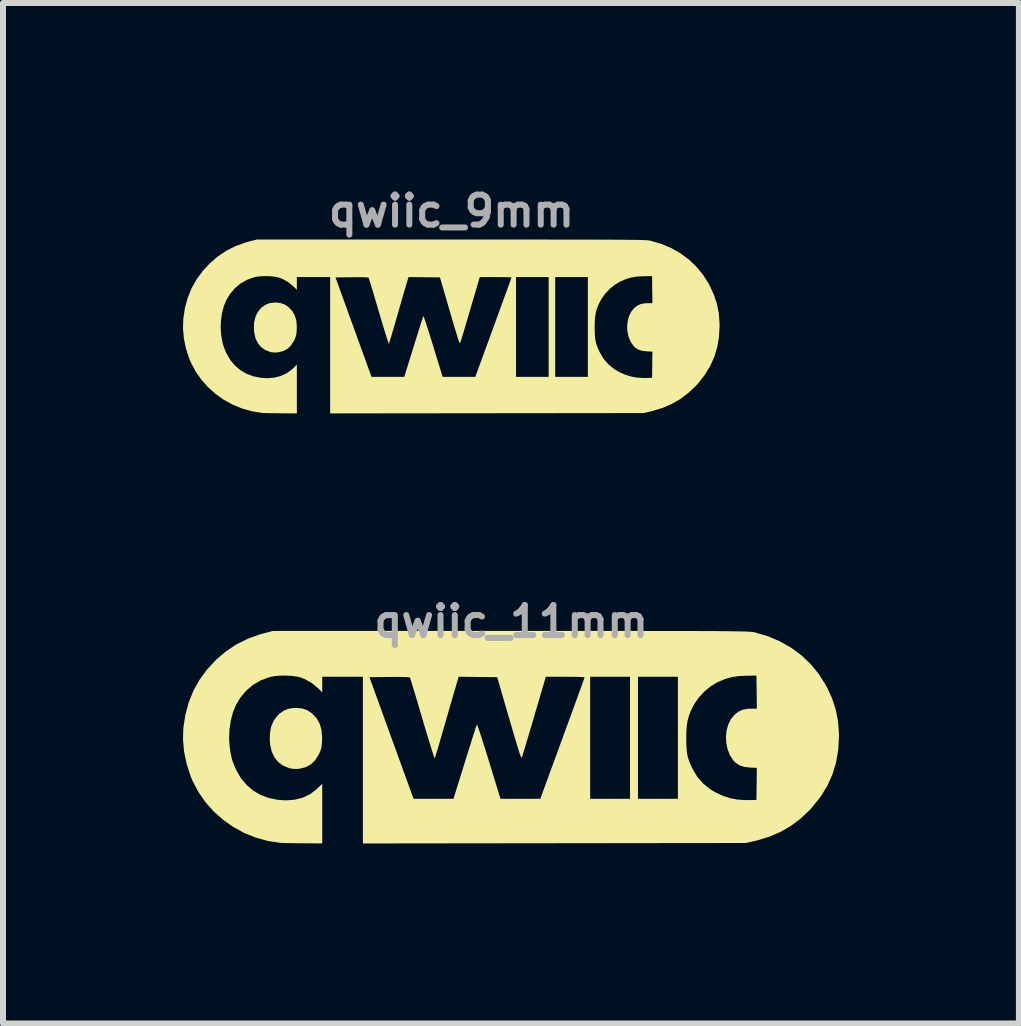
<source format=kicad_pcb>
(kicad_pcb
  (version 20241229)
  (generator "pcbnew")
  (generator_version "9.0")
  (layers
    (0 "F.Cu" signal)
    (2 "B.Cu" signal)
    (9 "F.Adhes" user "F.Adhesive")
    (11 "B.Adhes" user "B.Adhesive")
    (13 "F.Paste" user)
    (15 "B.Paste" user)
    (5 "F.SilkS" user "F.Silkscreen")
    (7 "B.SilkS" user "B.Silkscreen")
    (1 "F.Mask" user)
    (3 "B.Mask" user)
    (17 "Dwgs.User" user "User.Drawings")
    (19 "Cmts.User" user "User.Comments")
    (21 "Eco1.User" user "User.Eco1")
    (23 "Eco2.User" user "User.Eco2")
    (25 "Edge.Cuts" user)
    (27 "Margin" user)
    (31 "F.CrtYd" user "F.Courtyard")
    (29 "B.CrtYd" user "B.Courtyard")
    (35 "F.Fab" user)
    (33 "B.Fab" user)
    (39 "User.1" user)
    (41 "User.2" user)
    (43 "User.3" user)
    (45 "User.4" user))
  (footprint "qwiic_9mm"
    (layer "F.Cu")
    (at 4.475 2.373)
    (property "Reference" "qwiic_9mm" (at 0 -1.905 0) (layer "F.Fab") (effects (font (size 0.5 0.5) (thickness 0.1))))
    (attr board_only exclude_from_pos_files exclude_from_bom)
    (fp_poly (pts (xy -2.855 -0.373) (xy -2.786 -0.351) (xy -2.723 -0.31) (xy -2.707 -0.296) (xy -2.651 -0.235) (xy -2.611 -0.164) (xy -2.587 -0.082) (xy -2.578 0.014) (xy -2.58 0.073) (xy -2.583 0.125) (xy -2.589 0.164) (xy -2.599 0.198) (xy -2.615 0.235) (xy -2.627 0.259) (xy -2.674 0.333) (xy -2.729 0.388) (xy -2.796 0.426) (xy -2.877 0.447) (xy -2.919 0.452) (xy -2.963 0.452) (xy -3.01 0.446) (xy -3.024 0.442) (xy -3.107 0.409) (xy -3.175 0.36) (xy -3.228 0.295) (xy -3.266 0.216) (xy -3.287 0.122) (xy -3.292 0.07) (xy -3.291 -0.034) (xy -3.273 -0.125) (xy -3.24 -0.203) (xy -3.19 -0.271) (xy -3.162 -0.299) (xy -3.1 -0.343) (xy -3.032 -0.37) (xy -2.953 -0.38) (xy -2.936 -0.381)) (stroke (width 0) (type solid)) (fill yes) (layer "F.SilkS"))
    (fp_poly (pts (xy 0.309 -1.43) (xy 0.603 -1.43) (xy 0.876 -1.43) (xy 1.13 -1.43) (xy 1.366 -1.43) (xy 1.583 -1.43) (xy 1.783 -1.429) (xy 1.966 -1.429) (xy 2.134 -1.429) (xy 2.286 -1.429) (xy 2.425 -1.429) (xy 2.55 -1.428) (xy 2.662 -1.428) (xy 2.761 -1.427) (xy 2.85 -1.427) (xy 2.928 -1.426) (xy 2.997 -1.425) (xy 3.056 -1.425) (xy 3.107 -1.424) (xy 3.15 -1.423) (xy 3.187 -1.422) (xy 3.217 -1.421) (xy 3.242 -1.419) (xy 3.263 -1.418) (xy 3.28 -1.416) (xy 3.293 -1.415) (xy 3.305 -1.413) (xy 3.314 -1.411) (xy 3.322 -1.409) (xy 3.498 -1.358) (xy 3.664 -1.288) (xy 3.817 -1.201) (xy 3.956 -1.098) (xy 4.082 -0.978) (xy 4.193 -0.843) (xy 4.288 -0.694) (xy 4.309 -0.653) (xy 4.377 -0.504) (xy 4.426 -0.354) (xy 4.456 -0.199) (xy 4.468 -0.035) (xy 4.469 0.01) (xy 4.459 0.191) (xy 4.43 0.363) (xy 4.381 0.525) (xy 4.311 0.68) (xy 4.222 0.826) (xy 4.112 0.966) (xy 4.065 1.017) (xy 3.942 1.132) (xy 3.812 1.229) (xy 3.673 1.31) (xy 3.522 1.375) (xy 3.356 1.426) (xy 3.308 1.438) (xy 3.202 1.462) (xy 0.59 1.465) (xy -2.022 1.468) (xy -2.022 0.332) (xy -2.022 -0.799) (xy -1.933 -0.799) (xy -1.633 0.03) (xy -1.332 0.859) (xy -1.059 0.859) (xy -0.787 0.859) (xy -0.631 0.356) (xy -0.6 0.256) (xy -0.57 0.162) (xy -0.543 0.076) (xy -0.52 0.001) (xy -0.499 -0.062) (xy -0.484 -0.11) (xy -0.473 -0.142) (xy -0.468 -0.155) (xy -0.468 -0.155) (xy -0.463 -0.147) (xy -0.453 -0.119) (xy -0.438 -0.075) (xy -0.418 -0.016) (xy -0.395 0.056) (xy -0.369 0.139) (xy -0.34 0.232) (xy -0.309 0.331) (xy -0.304 0.348) (xy -0.147 0.859) (xy 0.125 0.859) (xy 0.397 0.859) (xy 0.699 0.034) (xy 0.745 -0.094) (xy 0.79 -0.216) (xy 0.832 -0.331) (xy 0.87 -0.436) (xy 0.905 -0.531) (xy 0.935 -0.614) (xy 0.96 -0.684) (xy 0.98 -0.738) (xy 0.993 -0.776) (xy 1 -0.795) (xy 1 -0.798) (xy 0.99 -0.8) (xy 0.961 -0.801) (xy 0.916 -0.803) (xy 0.858 -0.804) (xy 0.79 -0.804) (xy 0.736 -0.805) (xy 1.076 -0.805) (xy 1.076 0.027) (xy 1.076 0.859) (xy 1.348 0.859) (xy 1.62 0.859) (xy 1.62 0.027) (xy 1.62 -0.805) (xy 1.729 -0.805) (xy 1.729 0.027) (xy 1.729 0.859) (xy 2.001 0.859) (xy 2.273 0.859) (xy 2.273 0.033) (xy 2.387 0.033) (xy 2.388 0.12) (xy 2.392 0.191) (xy 2.4 0.251) (xy 2.412 0.305) (xy 2.432 0.36) (xy 2.458 0.421) (xy 2.475 0.455) (xy 2.538 0.561) (xy 2.619 0.653) (xy 2.715 0.73) (xy 2.789 0.774) (xy 2.889 0.82) (xy 2.985 0.851) (xy 3.082 0.87) (xy 3.19 0.877) (xy 3.24 0.877) (xy 3.344 0.875) (xy 3.346 0.656) (xy 3.349 0.438) (xy 3.253 0.433) (xy 3.176 0.424) (xy 3.113 0.403) (xy 3.061 0.369) (xy 3.029 0.336) (xy 2.983 0.266) (xy 2.951 0.186) (xy 2.932 0.1) (xy 2.928 0.011) (xy 2.938 -0.077) (xy 2.961 -0.158) (xy 2.998 -0.231) (xy 3.048 -0.29) (xy 3.101 -0.33) (xy 3.155 -0.355) (xy 3.217 -0.367) (xy 3.265 -0.369) (xy 3.349 -0.37) (xy 3.346 -0.595) (xy 3.344 -0.821) (xy 3.208 -0.819) (xy 3.099 -0.814) (xy 3.004 -0.799) (xy 2.915 -0.774) (xy 2.825 -0.736) (xy 2.805 -0.726) (xy 2.718 -0.673) (xy 2.634 -0.603) (xy 2.559 -0.523) (xy 2.499 -0.438) (xy 2.482 -0.407) (xy 2.447 -0.336) (xy 2.422 -0.271) (xy 2.405 -0.207) (xy 2.394 -0.138) (xy 2.388 -0.058) (xy 2.387 0.033) (xy 2.273 0.033) (xy 2.273 0.027) (xy 2.273 -0.805) (xy 2.001 -0.805) (xy 1.729 -0.805) (xy 1.62 -0.805) (xy 1.348 -0.805) (xy 1.076 -0.805) (xy 0.736 -0.805) (xy 0.472 -0.805) (xy 0.316 -0.275) (xy 0.285 -0.17) (xy 0.256 -0.072) (xy 0.229 0.019) (xy 0.205 0.101) (xy 0.184 0.17) (xy 0.167 0.225) (xy 0.155 0.264) (xy 0.148 0.285) (xy 0.148 0.287) (xy 0.145 0.293) (xy 0.143 0.296) (xy 0.139 0.295) (xy 0.135 0.29) (xy 0.13 0.279) (xy 0.123 0.261) (xy 0.113 0.234) (xy 0.101 0.198) (xy 0.087 0.15) (xy 0.069 0.091) (xy 0.047 0.018) (xy 0.021 -0.069) (xy -0.009 -0.172) (xy -0.044 -0.292) (xy -0.084 -0.43) (xy -0.13 -0.588) (xy -0.139 -0.62) (xy -0.192 -0.799) (xy -0.454 -0.802) (xy -0.716 -0.805) (xy -0.743 -0.715) (xy -0.752 -0.685) (xy -0.766 -0.638) (xy -0.785 -0.574) (xy -0.807 -0.498) (xy -0.832 -0.412) (xy -0.859 -0.318) (xy -0.887 -0.219) (xy -0.903 -0.163) (xy -0.931 -0.067) (xy -0.957 0.023) (xy -0.981 0.105) (xy -1.002 0.175) (xy -1.019 0.233) (xy -1.033 0.275) (xy -1.041 0.301) (xy -1.043 0.307) (xy -1.048 0.299) (xy -1.057 0.271) (xy -1.072 0.226) (xy -1.091 0.167) (xy -1.114 0.094) (xy -1.14 0.009) (xy -1.168 -0.085) (xy -1.198 -0.187) (xy -1.212 -0.233) (xy -1.243 -0.338) (xy -1.272 -0.437) (xy -1.299 -0.528) (xy -1.323 -0.609) (xy -1.344 -0.677) (xy -1.361 -0.732) (xy -1.373 -0.77) (xy -1.379 -0.79) (xy -1.381 -0.793) (xy -1.392 -0.797) (xy -1.422 -0.8) (xy -1.47 -0.802) (xy -1.539 -0.803) (xy -1.627 -0.802) (xy -1.661 -0.802) (xy -1.933 -0.799) (xy -2.022 -0.799) (xy -2.022 -0.805) (xy -2.3 -0.805) (xy -2.577 -0.805) (xy -2.577 -0.699) (xy -2.577 -0.593) (xy -2.634 -0.649) (xy -2.719 -0.719) (xy -2.813 -0.772) (xy -2.871 -0.795) (xy -2.927 -0.809) (xy -2.997 -0.817) (xy -3.076 -0.821) (xy -3.155 -0.82) (xy -3.23 -0.813) (xy -3.292 -0.801) (xy -3.294 -0.801) (xy -3.412 -0.757) (xy -3.519 -0.695) (xy -3.613 -0.616) (xy -3.693 -0.521) (xy -3.754 -0.419) (xy -3.795 -0.318) (xy -3.825 -0.204) (xy -3.842 -0.082) (xy -3.847 0.041) (xy -3.841 0.133) (xy -3.829 0.221) (xy -3.814 0.294) (xy -3.795 0.36) (xy -3.768 0.427) (xy -3.744 0.478) (xy -3.683 0.582) (xy -3.606 0.672) (xy -3.517 0.748) (xy -3.425 0.802) (xy -3.307 0.848) (xy -3.182 0.874) (xy -3.069 0.881) (xy -2.95 0.871) (xy -2.841 0.843) (xy -2.742 0.796) (xy -2.655 0.731) (xy -2.641 0.718) (xy -2.577 0.655) (xy -2.577 1.061) (xy -2.577 1.468) (xy -2.841 1.466) (xy -2.917 1.465) (xy -2.988 1.464) (xy -3.051 1.463) (xy -3.101 1.462) (xy -3.136 1.461) (xy -3.148 1.46) (xy -3.319 1.434) (xy -3.484 1.388) (xy -3.642 1.324) (xy -3.791 1.243) (xy -3.929 1.145) (xy -4.055 1.033) (xy -4.167 0.907) (xy -4.264 0.769) (xy -4.343 0.619) (xy -4.373 0.549) (xy -4.426 0.385) (xy -4.46 0.218) (xy -4.475 0.053) (xy -4.47 -0.108) (xy -4.443 -0.288) (xy -4.397 -0.458) (xy -4.332 -0.618) (xy -4.247 -0.769) (xy -4.142 -0.91) (xy -4.026 -1.035) (xy -3.893 -1.149) (xy -3.752 -1.244) (xy -3.599 -1.321) (xy -3.434 -1.38) (xy -3.363 -1.4) (xy -3.246 -1.43) (xy -0.005 -1.43)) (stroke (width 0) (type solid)) (fill yes) (layer "F.SilkS")))
  (footprint "qwiic_11mm"
    (layer "F.Cu")
    (at 5.471 9.214)
    (property "Reference" "qwiic_11mm" (at 0 -1.905 0) (layer "F.Fab") (effects (font (size 0.5 0.5) (thickness 0.1))))
    (attr board_only exclude_from_pos_files exclude_from_bom)
    (fp_poly (pts (xy -3.49 -0.456) (xy -3.406 -0.429) (xy -3.329 -0.38) (xy -3.309 -0.362) (xy -3.24 -0.287) (xy -3.192 -0.2) (xy -3.163 -0.1) (xy -3.152 0.017) (xy -3.153 0.089) (xy -3.158 0.153) (xy -3.165 0.2) (xy -3.177 0.242) (xy -3.197 0.288) (xy -3.211 0.317) (xy -3.268 0.407) (xy -3.336 0.474) (xy -3.418 0.52) (xy -3.517 0.547) (xy -3.568 0.553) (xy -3.623 0.552) (xy -3.679 0.545) (xy -3.696 0.541) (xy -3.798 0.5) (xy -3.881 0.44) (xy -3.946 0.361) (xy -3.992 0.264) (xy -4.018 0.149) (xy -4.024 0.086) (xy -4.022 -0.042) (xy -4.001 -0.153) (xy -3.961 -0.249) (xy -3.899 -0.332) (xy -3.865 -0.366) (xy -3.79 -0.42) (xy -3.706 -0.452) (xy -3.61 -0.465) (xy -3.589 -0.465)) (stroke (width 0) (type solid)) (fill yes) (layer "F.SilkS"))
    (fp_poly (pts (xy 0.378 -1.748) (xy 0.737 -1.748) (xy 1.071 -1.748) (xy 1.382 -1.748) (xy 1.669 -1.748) (xy 1.935 -1.748) (xy 2.179 -1.747) (xy 2.403 -1.747) (xy 2.608 -1.747) (xy 2.795 -1.747) (xy 2.964 -1.746) (xy 3.117 -1.746) (xy 3.253 -1.745) (xy 3.376 -1.745) (xy 3.484 -1.744) (xy 3.579 -1.743) (xy 3.663 -1.742) (xy 3.735 -1.741) (xy 3.798 -1.74) (xy 3.851 -1.739) (xy 3.895 -1.738) (xy 3.933 -1.736) (xy 3.963 -1.735) (xy 3.988 -1.733) (xy 4.009 -1.731) (xy 4.026 -1.729) (xy 4.04 -1.727) (xy 4.051 -1.725) (xy 4.061 -1.723) (xy 4.277 -1.66) (xy 4.478 -1.574) (xy 4.665 -1.468) (xy 4.836 -1.342) (xy 4.99 -1.196) (xy 5.125 -1.031) (xy 5.241 -0.848) (xy 5.268 -0.799) (xy 5.351 -0.616) (xy 5.41 -0.432) (xy 5.447 -0.243) (xy 5.462 -0.042) (xy 5.463 0.013) (xy 5.451 0.234) (xy 5.415 0.443) (xy 5.355 0.642) (xy 5.27 0.831) (xy 5.161 1.01) (xy 5.026 1.18) (xy 4.969 1.243) (xy 4.819 1.384) (xy 4.66 1.503) (xy 4.49 1.601) (xy 4.305 1.681) (xy 4.102 1.743) (xy 4.043 1.757) (xy 3.914 1.787) (xy 0.721 1.791) (xy -2.472 1.795) (xy -2.472 0.406) (xy -2.472 -0.977) (xy -2.363 -0.977) (xy -1.996 0.036) (xy -1.628 1.05) (xy -1.295 1.05) (xy -0.962 1.05) (xy -0.771 0.435) (xy -0.733 0.313) (xy -0.697 0.198) (xy -0.664 0.093) (xy -0.635 0.001) (xy -0.61 -0.076) (xy -0.591 -0.135) (xy -0.578 -0.173) (xy -0.572 -0.189) (xy -0.572 -0.19) (xy -0.566 -0.179) (xy -0.554 -0.146) (xy -0.535 -0.092) (xy -0.511 -0.02) (xy -0.483 0.069) (xy -0.451 0.17) (xy -0.415 0.283) (xy -0.377 0.405) (xy -0.371 0.425) (xy -0.179 1.05) (xy 0.153 1.05) (xy 0.485 1.05) (xy 0.854 0.042) (xy 0.911 -0.115) (xy 0.966 -0.264) (xy 1.017 -0.404) (xy 1.064 -0.533) (xy 1.106 -0.649) (xy 1.143 -0.751) (xy 1.174 -0.836) (xy 1.197 -0.902) (xy 1.214 -0.948) (xy 1.222 -0.972) (xy 1.223 -0.975) (xy 1.21 -0.977) (xy 1.174 -0.979) (xy 1.119 -0.981) (xy 1.049 -0.983) (xy 0.966 -0.983) (xy 0.9 -0.984) (xy 1.316 -0.984) (xy 1.316 0.033) (xy 1.316 1.05) (xy 1.648 1.05) (xy 1.98 1.05) (xy 1.98 0.033) (xy 1.98 -0.984) (xy 2.113 -0.984) (xy 2.113 0.033) (xy 2.113 1.05) (xy 2.446 1.05) (xy 2.778 1.05) (xy 2.778 0.04) (xy 2.918 0.04) (xy 2.919 0.146) (xy 2.924 0.233) (xy 2.933 0.306) (xy 2.949 0.373) (xy 2.972 0.441) (xy 3.005 0.514) (xy 3.025 0.556) (xy 3.103 0.686) (xy 3.201 0.798) (xy 3.318 0.892) (xy 3.41 0.946) (xy 3.532 1.002) (xy 3.649 1.04) (xy 3.768 1.063) (xy 3.899 1.072) (xy 3.961 1.072) (xy 4.087 1.07) (xy 4.091 0.802) (xy 4.094 0.535) (xy 3.977 0.529) (xy 3.882 0.518) (xy 3.805 0.493) (xy 3.742 0.451) (xy 3.702 0.41) (xy 3.646 0.325) (xy 3.607 0.227) (xy 3.585 0.122) (xy 3.58 0.013) (xy 3.591 -0.094) (xy 3.62 -0.194) (xy 3.665 -0.282) (xy 3.726 -0.354) (xy 3.79 -0.404) (xy 3.856 -0.434) (xy 3.933 -0.449) (xy 3.991 -0.452) (xy 4.094 -0.452) (xy 4.091 -0.728) (xy 4.087 -1.004) (xy 3.921 -1.001) (xy 3.789 -0.995) (xy 3.672 -0.977) (xy 3.564 -0.946) (xy 3.453 -0.899) (xy 3.429 -0.888) (xy 3.322 -0.822) (xy 3.22 -0.738) (xy 3.128 -0.64) (xy 3.055 -0.535) (xy 3.034 -0.498) (xy 2.992 -0.411) (xy 2.961 -0.331) (xy 2.94 -0.253) (xy 2.926 -0.168) (xy 2.919 -0.071) (xy 2.918 0.04) (xy 2.778 0.04) (xy 2.778 0.033) (xy 2.778 -0.984) (xy 2.446 -0.984) (xy 2.113 -0.984) (xy 1.98 -0.984) (xy 1.648 -0.984) (xy 1.316 -0.984) (xy 0.9 -0.984) (xy 0.577 -0.984) (xy 0.386 -0.336) (xy 0.349 -0.208) (xy 0.313 -0.087) (xy 0.28 0.024) (xy 0.25 0.123) (xy 0.225 0.208) (xy 0.204 0.275) (xy 0.19 0.323) (xy 0.181 0.349) (xy 0.18 0.351) (xy 0.177 0.358) (xy 0.174 0.362) (xy 0.17 0.361) (xy 0.165 0.355) (xy 0.159 0.341) (xy 0.15 0.319) (xy 0.138 0.286) (xy 0.124 0.242) (xy 0.106 0.184) (xy 0.084 0.111) (xy 0.057 0.022) (xy 0.026 -0.084) (xy -0.011 -0.21) (xy -0.054 -0.357) (xy -0.103 -0.526) (xy -0.159 -0.719) (xy -0.17 -0.758) (xy -0.234 -0.977) (xy -0.555 -0.98) (xy -0.875 -0.984) (xy -0.909 -0.874) (xy -0.919 -0.838) (xy -0.936 -0.779) (xy -0.959 -0.702) (xy -0.986 -0.609) (xy -1.017 -0.503) (xy -1.05 -0.388) (xy -1.085 -0.268) (xy -1.104 -0.199) (xy -1.138 -0.082) (xy -1.17 0.028) (xy -1.199 0.128) (xy -1.225 0.214) (xy -1.246 0.285) (xy -1.262 0.337) (xy -1.272 0.368) (xy -1.275 0.375) (xy -1.281 0.365) (xy -1.293 0.331) (xy -1.311 0.277) (xy -1.334 0.204) (xy -1.361 0.114) (xy -1.393 0.011) (xy -1.428 -0.104) (xy -1.465 -0.229) (xy -1.481 -0.285) (xy -1.519 -0.413) (xy -1.555 -0.534) (xy -1.588 -0.646) (xy -1.618 -0.744) (xy -1.643 -0.828) (xy -1.663 -0.895) (xy -1.678 -0.942) (xy -1.686 -0.966) (xy -1.688 -0.969) (xy -1.702 -0.974) (xy -1.738 -0.978) (xy -1.797 -0.98) (xy -1.881 -0.981) (xy -1.989 -0.981) (xy -2.03 -0.98) (xy -2.363 -0.977) (xy -2.472 -0.977) (xy -2.472 -0.984) (xy -2.811 -0.984) (xy -3.15 -0.984) (xy -3.15 -0.854) (xy -3.15 -0.725) (xy -3.22 -0.793) (xy -3.324 -0.879) (xy -3.439 -0.944) (xy -3.509 -0.972) (xy -3.577 -0.988) (xy -3.664 -0.999) (xy -3.76 -1.004) (xy -3.857 -1.002) (xy -3.948 -0.994) (xy -4.024 -0.979) (xy -4.026 -0.979) (xy -4.171 -0.925) (xy -4.301 -0.85) (xy -4.416 -0.753) (xy -4.514 -0.637) (xy -4.589 -0.512) (xy -4.639 -0.389) (xy -4.675 -0.249) (xy -4.697 -0.101) (xy -4.702 0.05) (xy -4.695 0.163) (xy -4.681 0.27) (xy -4.663 0.359) (xy -4.639 0.44) (xy -4.606 0.522) (xy -4.577 0.585) (xy -4.502 0.711) (xy -4.408 0.822) (xy -4.3 0.914) (xy -4.187 0.981) (xy -4.042 1.037) (xy -3.889 1.068) (xy -3.752 1.077) (xy -3.606 1.065) (xy -3.472 1.03) (xy -3.352 0.973) (xy -3.246 0.893) (xy -3.229 0.877) (xy -3.15 0.8) (xy -3.15 1.297) (xy -3.15 1.794) (xy -3.472 1.792) (xy -3.566 1.791) (xy -3.653 1.79) (xy -3.729 1.789) (xy -3.791 1.787) (xy -3.833 1.786) (xy -3.848 1.785) (xy -4.057 1.753) (xy -4.259 1.697) (xy -4.452 1.619) (xy -4.634 1.519) (xy -4.803 1.4) (xy -4.957 1.263) (xy -5.094 1.109) (xy -5.212 0.94) (xy -5.309 0.757) (xy -5.345 0.671) (xy -5.41 0.47) (xy -5.452 0.267) (xy -5.471 0.065) (xy -5.465 -0.132) (xy -5.431 -0.352) (xy -5.375 -0.56) (xy -5.295 -0.756) (xy -5.191 -0.94) (xy -5.064 -1.112) (xy -4.921 -1.265) (xy -4.759 -1.404) (xy -4.586 -1.52) (xy -4.399 -1.614) (xy -4.197 -1.688) (xy -4.111 -1.711) (xy -3.968 -1.748) (xy -0.007 -1.748)) (stroke (width 0) (type solid)) (fill yes) (layer "F.SilkS")))
  (gr_rect
    (start -3 -3)
    (end 13.933 14.009)
    (stroke (width 0.1) (type default))
    (fill no)
    (layer "Edge.Cuts")))
</source>
